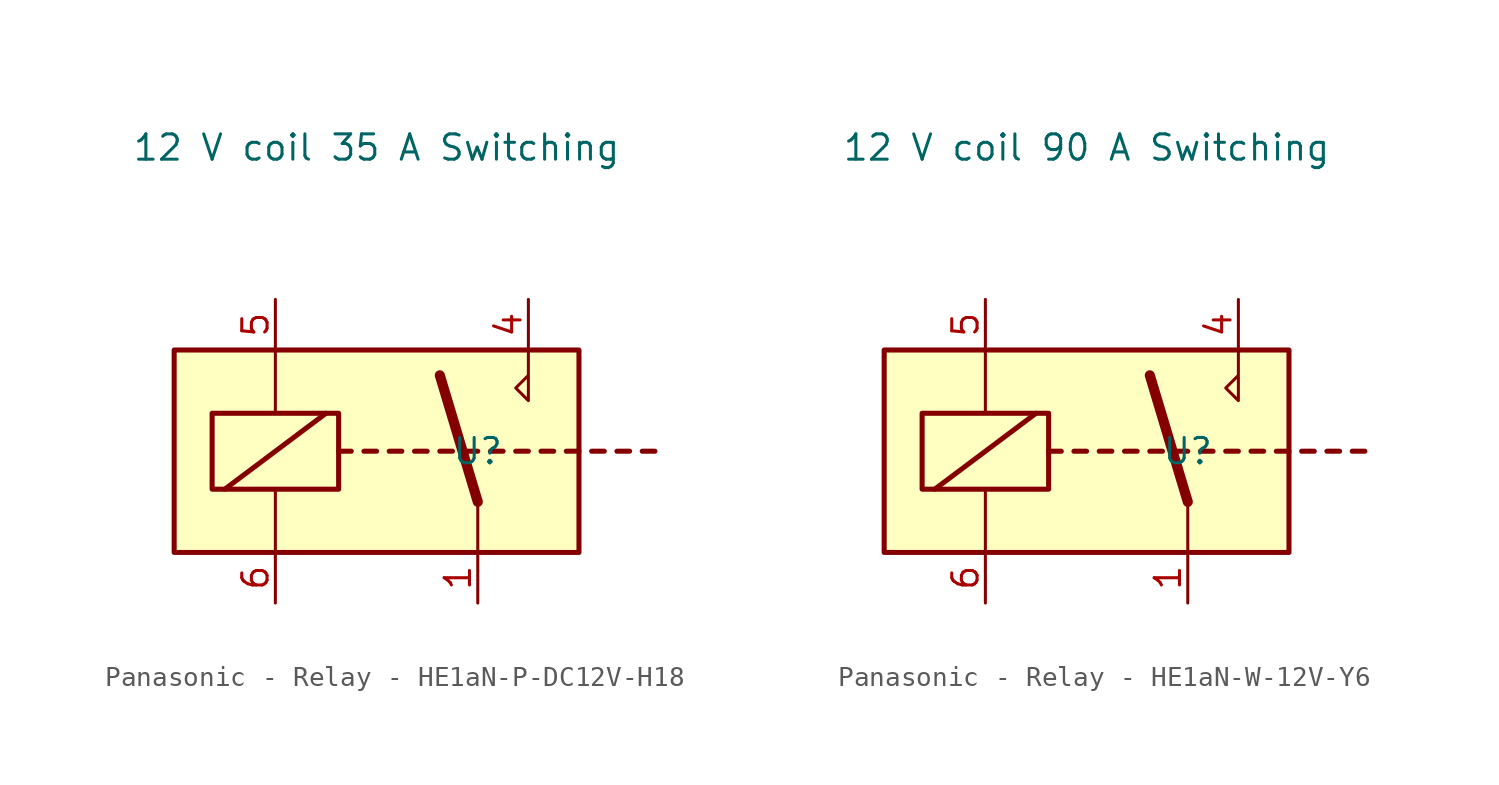
<source format=kicad_sym>
(kicad_symbol_lib
  (version 20220914)
  (generator kicad_symbol_editor)
  (symbol "Panasonic - Relay - HE1aN-P-DC12V-H18"
    (property "Reference" "U"
      (at 5.08 0 0)
      (effects (font (size 1.27 1.27))))
    (property "Value" "12 V coil 35 A Switching"
      (at 0 15.24 0)
      (effects (font (size 1.27 1.27))))
    (symbol "Panasonic - Relay - HE1aN-P-DC12V-H18_0_1"
      (rectangle (start -10.16 5.08) (end 10.16 -5.08) (stroke (width 0.254) (type default)) (fill (type background)))
      (rectangle (start -8.255 1.905) (end -1.905 -1.905) (stroke (width 0.254) (type default)) (fill (type none)))
      (polyline (pts (xy -7.62 -1.905) (xy -2.54 1.905)) (stroke (width 0.254) (type default)) (fill (type none)))
      (polyline (pts (xy -5.08 -5.08) (xy -5.08 -1.905)) (stroke (width 0) (type default)) (fill (type none)))
      (polyline (pts (xy -5.08 5.08) (xy -5.08 1.905)) (stroke (width 0) (type default)) (fill (type none)))
      (polyline (pts (xy -1.905 0) (xy -1.27 0)) (stroke (width 0.254) (type default)) (fill (type none)))
      (polyline (pts (xy -0.635 0) (xy 0 0)) (stroke (width 0.254) (type default)) (fill (type none)))
      (polyline (pts (xy 0.635 0) (xy 1.27 0)) (stroke (width 0.254) (type default)) (fill (type none)))
      (polyline (pts (xy 1.905 0) (xy 2.54 0)) (stroke (width 0.254) (type default)) (fill (type none)))
      (polyline (pts (xy 3.175 0) (xy 3.81 0)) (stroke (width 0.254) (type default)) (fill (type none)))
      (polyline (pts (xy 4.445 0) (xy 5.08 0)) (stroke (width 0.254) (type default)) (fill (type none)))
      (polyline (pts (xy 5.08 -2.54) (xy 3.175 3.81)) (stroke (width 0.508) (type default)) (fill (type none)))
      (polyline (pts (xy 5.08 -2.54) (xy 5.08 -5.08)) (stroke (width 0) (type default)) (fill (type none)))
      (polyline (pts (xy 5.715 0) (xy 6.35 0)) (stroke (width 0.254) (type default)) (fill (type none)))
      (polyline (pts (xy 6.985 0) (xy 7.62 0)) (stroke (width 0.254) (type default)) (fill (type none)))
      (polyline (pts (xy 8.255 0) (xy 8.89 0)) (stroke (width 0.254) (type default)) (fill (type none)))
      (polyline (pts (xy 9.525 0) (xy 10.16 0)) (stroke (width 0.254) (type default)) (fill (type none)))
      (polyline (pts (xy 10.795 0) (xy 11.43 0)) (stroke (width 0.254) (type default)) (fill (type none)))
      (polyline (pts (xy 12.065 0) (xy 12.7 0)) (stroke (width 0.254) (type default)) (fill (type none)))
      (polyline (pts (xy 13.335 0) (xy 13.97 0)) (stroke (width 0.254) (type default)) (fill (type none)))
      (polyline (pts (xy 7.62 5.08) (xy 7.62 2.54) (xy 6.985 3.175) (xy 7.62 3.81)) (stroke (width 0) (type default)) (fill (type none))))
    (symbol "Panasonic - Relay - HE1aN-P-DC12V-H18_1_1"
      (pin passive line (at 5.08 -7.62 90) (length 2.54) (name "~" (effects (font (size 1.27 1.27)))) (number "1" (effects (font (size 1.27 1.27)))))
      (pin passive line (at 7.62 7.62 270) (length 2.54) (name "~" (effects (font (size 1.27 1.27)))) (number "4" (effects (font (size 1.27 1.27)))))
      (pin passive line (at -5.08 7.62 270) (length 2.54) (name "~" (effects (font (size 1.27 1.27)))) (number "5" (effects (font (size 1.27 1.27)))))
      (pin passive line (at -5.08 -7.62 90) (length 2.54) (name "~" (effects (font (size 1.27 1.27)))) (number "6" (effects (font (size 1.27 1.27)))))))
  (symbol "Panasonic - Relay - HE1aN-W-12V-Y6"
    (property "Reference" "U"
      (at 5.08 0 0)
      (effects (font (size 1.27 1.27))))
    (property "Value" "12 V coil 90 A Switching"
      (at 0 15.24 0)
      (effects (font (size 1.27 1.27))))
    (symbol "Panasonic - Relay - HE1aN-W-12V-Y6_0_1"
      (rectangle (start -10.16 5.08) (end 10.16 -5.08) (stroke (width 0.254) (type default)) (fill (type background)))
      (rectangle (start -8.255 1.905) (end -1.905 -1.905) (stroke (width 0.254) (type default)) (fill (type none)))
      (polyline (pts (xy -7.62 -1.905) (xy -2.54 1.905)) (stroke (width 0.254) (type default)) (fill (type none)))
      (polyline (pts (xy -5.08 -5.08) (xy -5.08 -1.905)) (stroke (width 0) (type default)) (fill (type none)))
      (polyline (pts (xy -5.08 5.08) (xy -5.08 1.905)) (stroke (width 0) (type default)) (fill (type none)))
      (polyline (pts (xy -1.905 0) (xy -1.27 0)) (stroke (width 0.254) (type default)) (fill (type none)))
      (polyline (pts (xy -0.635 0) (xy 0 0)) (stroke (width 0.254) (type default)) (fill (type none)))
      (polyline (pts (xy 0.635 0) (xy 1.27 0)) (stroke (width 0.254) (type default)) (fill (type none)))
      (polyline (pts (xy 1.905 0) (xy 2.54 0)) (stroke (width 0.254) (type default)) (fill (type none)))
      (polyline (pts (xy 3.175 0) (xy 3.81 0)) (stroke (width 0.254) (type default)) (fill (type none)))
      (polyline (pts (xy 4.445 0) (xy 5.08 0)) (stroke (width 0.254) (type default)) (fill (type none)))
      (polyline (pts (xy 5.08 -2.54) (xy 3.175 3.81)) (stroke (width 0.508) (type default)) (fill (type none)))
      (polyline (pts (xy 5.08 -2.54) (xy 5.08 -5.08)) (stroke (width 0) (type default)) (fill (type none)))
      (polyline (pts (xy 5.715 0) (xy 6.35 0)) (stroke (width 0.254) (type default)) (fill (type none)))
      (polyline (pts (xy 6.985 0) (xy 7.62 0)) (stroke (width 0.254) (type default)) (fill (type none)))
      (polyline (pts (xy 8.255 0) (xy 8.89 0)) (stroke (width 0.254) (type default)) (fill (type none)))
      (polyline (pts (xy 9.525 0) (xy 10.16 0)) (stroke (width 0.254) (type default)) (fill (type none)))
      (polyline (pts (xy 10.795 0) (xy 11.43 0)) (stroke (width 0.254) (type default)) (fill (type none)))
      (polyline (pts (xy 12.065 0) (xy 12.7 0)) (stroke (width 0.254) (type default)) (fill (type none)))
      (polyline (pts (xy 13.335 0) (xy 13.97 0)) (stroke (width 0.254) (type default)) (fill (type none)))
      (polyline (pts (xy 7.62 5.08) (xy 7.62 2.54) (xy 6.985 3.175) (xy 7.62 3.81)) (stroke (width 0) (type default)) (fill (type none))))
    (symbol "Panasonic - Relay - HE1aN-W-12V-Y6_1_1"
      (pin passive line (at 5.08 -7.62 90) (length 2.54) (name "~" (effects (font (size 1.27 1.27)))) (number "1" (effects (font (size 1.27 1.27)))))
      (pin passive line (at 7.62 7.62 270) (length 2.54) (name "~" (effects (font (size 1.27 1.27)))) (number "4" (effects (font (size 1.27 1.27)))))
      (pin passive line (at -5.08 7.62 270) (length 2.54) (name "~" (effects (font (size 1.27 1.27)))) (number "5" (effects (font (size 1.27 1.27)))))
      (pin passive line (at -5.08 -7.62 90) (length 2.54) (name "~" (effects (font (size 1.27 1.27)))) (number "6" (effects (font (size 1.27 1.27))))))))
</source>
